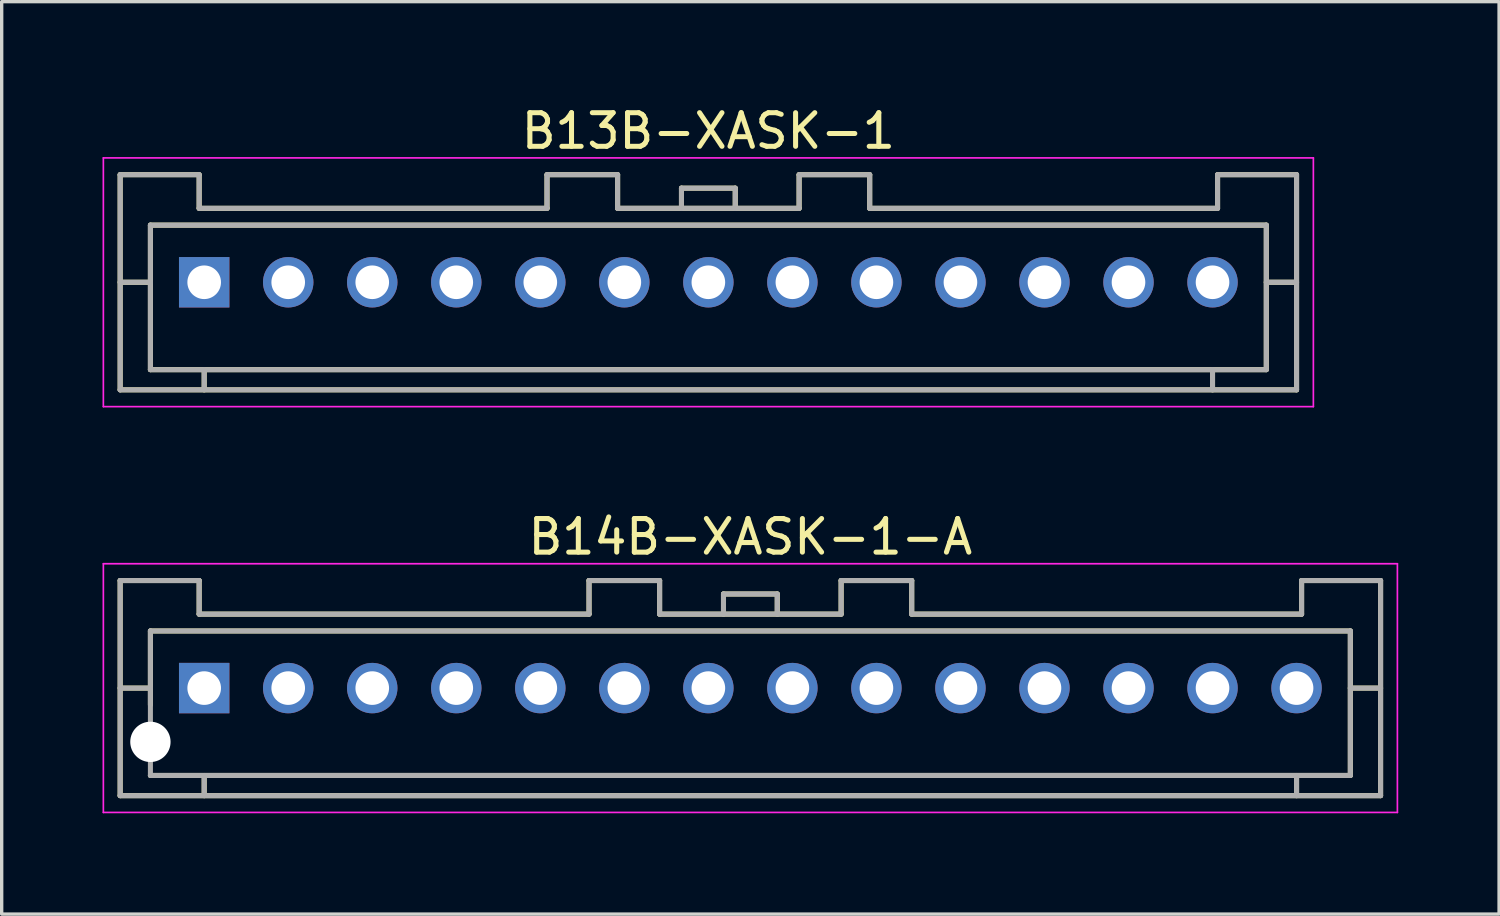
<source format=kicad_pcb>
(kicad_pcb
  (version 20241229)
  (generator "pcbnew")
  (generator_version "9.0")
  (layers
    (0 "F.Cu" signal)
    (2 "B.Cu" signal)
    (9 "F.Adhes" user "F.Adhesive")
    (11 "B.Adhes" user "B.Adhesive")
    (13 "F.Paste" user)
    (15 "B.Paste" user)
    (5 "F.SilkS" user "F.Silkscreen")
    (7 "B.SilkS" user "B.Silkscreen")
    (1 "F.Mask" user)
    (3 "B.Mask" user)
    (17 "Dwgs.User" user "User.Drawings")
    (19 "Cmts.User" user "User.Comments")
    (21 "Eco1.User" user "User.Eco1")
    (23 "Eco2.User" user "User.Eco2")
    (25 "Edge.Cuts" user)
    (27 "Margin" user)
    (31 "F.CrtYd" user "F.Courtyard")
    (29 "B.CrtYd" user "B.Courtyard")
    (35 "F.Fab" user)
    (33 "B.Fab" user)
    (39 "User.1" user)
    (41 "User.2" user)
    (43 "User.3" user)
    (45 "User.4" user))
  (footprint "B13B-XASK-1"
    (layer "F.Cu")
    (at 18.025 5.348)
    (property "Reference" "B13B-XASK-1" (at 0 -4.5 0) (layer "F.SilkS") (effects (font (size 1 1) (thickness 0.15))))
    (attr smd)
    (fp_line (start -17.5 -3.2) (end -17.5 3.2) (stroke (width 0.15) (type solid)) (layer "F.SilkS"))
    (fp_line (start -17.5 -3.2) (end -15.15 -3.2) (stroke (width 0.15) (type solid)) (layer "F.SilkS"))
    (fp_line (start -17.5 0) (end -16.6 0) (stroke (width 0.15) (type solid)) (layer "F.SilkS"))
    (fp_line (start -17.5 3.2) (end 17.5 3.2) (stroke (width 0.15) (type solid)) (layer "F.SilkS"))
    (fp_line (start -16.6 -1.7) (end -16.6 2.6) (stroke (width 0.15) (type solid)) (layer "F.SilkS"))
    (fp_line (start -16.6 -1.7) (end 16.6 -1.7) (stroke (width 0.15) (type solid)) (layer "F.SilkS"))
    (fp_line (start -16.6 2.6) (end 16.6 2.6) (stroke (width 0.15) (type solid)) (layer "F.SilkS"))
    (fp_line (start -15.15 -3.2) (end -15.15 -2.2) (stroke (width 0.15) (type solid)) (layer "F.SilkS"))
    (fp_line (start -15.15 -2.2) (end -4.8 -2.2) (stroke (width 0.15) (type solid)) (layer "F.SilkS"))
    (fp_line (start -15 2.6) (end -15 3.2) (stroke (width 0.15) (type solid)) (layer "F.SilkS"))
    (fp_line (start -4.8 -3.2) (end -4.8 -2.2) (stroke (width 0.15) (type solid)) (layer "F.SilkS"))
    (fp_line (start -4.8 -3.2) (end -2.7 -3.2) (stroke (width 0.15) (type solid)) (layer "F.SilkS"))
    (fp_line (start -2.7 -3.2) (end -2.7 -2.2) (stroke (width 0.15) (type solid)) (layer "F.SilkS"))
    (fp_line (start -2.7 -2.2) (end 2.7 -2.2) (stroke (width 0.15) (type solid)) (layer "F.SilkS"))
    (fp_line (start -0.8 -2.8) (end -0.8 -2.2) (stroke (width 0.15) (type solid)) (layer "F.SilkS"))
    (fp_line (start -0.8 -2.8) (end 0.8 -2.8) (stroke (width 0.15) (type solid)) (layer "F.SilkS"))
    (fp_line (start 0.8 -2.8) (end 0.8 -2.2) (stroke (width 0.15) (type solid)) (layer "F.SilkS"))
    (fp_line (start 2.7 -3.2) (end 2.7 -2.2) (stroke (width 0.15) (type solid)) (layer "F.SilkS"))
    (fp_line (start 2.7 -3.2) (end 4.8 -3.2) (stroke (width 0.15) (type solid)) (layer "F.SilkS"))
    (fp_line (start 4.8 -3.2) (end 4.8 -2.2) (stroke (width 0.15) (type solid)) (layer "F.SilkS"))
    (fp_line (start 4.8 -2.2) (end 15.15 -2.2) (stroke (width 0.15) (type solid)) (layer "F.SilkS"))
    (fp_line (start 15 2.6) (end 15 3.2) (stroke (width 0.15) (type solid)) (layer "F.SilkS"))
    (fp_line (start 15.15 -3.2) (end 15.15 -2.2) (stroke (width 0.15) (type solid)) (layer "F.SilkS"))
    (fp_line (start 15.15 -3.2) (end 17.5 -3.2) (stroke (width 0.15) (type solid)) (layer "F.SilkS"))
    (fp_line (start 16.6 -1.7) (end 16.6 2.6) (stroke (width 0.15) (type solid)) (layer "F.SilkS"))
    (fp_line (start 16.6 0) (end 17.5 0) (stroke (width 0.15) (type solid)) (layer "F.SilkS"))
    (fp_line (start 17.5 -3.2) (end 17.5 3.2) (stroke (width 0.15) (type solid)) (layer "F.SilkS"))
    (fp_line (start -18 -3.7) (end -18 3.7) (stroke (width 0.05) (type solid)) (layer "F.CrtYd"))
    (fp_line (start -18 -3.7) (end 18 -3.7) (stroke (width 0.05) (type solid)) (layer "F.CrtYd"))
    (fp_line (start -18 3.7) (end 18 3.7) (stroke (width 0.05) (type solid)) (layer "F.CrtYd"))
    (fp_line (start 18 -3.7) (end 18 3.7) (stroke (width 0.05) (type solid)) (layer "F.CrtYd"))
    (fp_line (start -17.5 -3.2) (end -17.5 3.2) (stroke (width 0.15) (type solid)) (layer "F.Fab"))
    (fp_line (start -17.5 -3.2) (end -15.15 -3.2) (stroke (width 0.15) (type solid)) (layer "F.Fab"))
    (fp_line (start -17.5 0) (end -16.6 0) (stroke (width 0.15) (type solid)) (layer "F.Fab"))
    (fp_line (start -17.5 3.2) (end 17.5 3.2) (stroke (width 0.15) (type solid)) (layer "F.Fab"))
    (fp_line (start -16.6 -1.7) (end -16.6 2.6) (stroke (width 0.15) (type solid)) (layer "F.Fab"))
    (fp_line (start -16.6 -1.7) (end 16.6 -1.7) (stroke (width 0.15) (type solid)) (layer "F.Fab"))
    (fp_line (start -16.6 2.6) (end 16.6 2.6) (stroke (width 0.15) (type solid)) (layer "F.Fab"))
    (fp_line (start -15.15 -3.2) (end -15.15 -2.2) (stroke (width 0.15) (type solid)) (layer "F.Fab"))
    (fp_line (start -15.15 -2.2) (end -4.8 -2.2) (stroke (width 0.15) (type solid)) (layer "F.Fab"))
    (fp_line (start -15 2.6) (end -15 3.2) (stroke (width 0.15) (type solid)) (layer "F.Fab"))
    (fp_line (start -4.8 -3.2) (end -4.8 -2.2) (stroke (width 0.15) (type solid)) (layer "F.Fab"))
    (fp_line (start -4.8 -3.2) (end -2.7 -3.2) (stroke (width 0.15) (type solid)) (layer "F.Fab"))
    (fp_line (start -2.7 -3.2) (end -2.7 -2.2) (stroke (width 0.15) (type solid)) (layer "F.Fab"))
    (fp_line (start -2.7 -2.2) (end 2.7 -2.2) (stroke (width 0.15) (type solid)) (layer "F.Fab"))
    (fp_line (start -0.8 -2.8) (end -0.8 -2.2) (stroke (width 0.15) (type solid)) (layer "F.Fab"))
    (fp_line (start -0.8 -2.8) (end 0.8 -2.8) (stroke (width 0.15) (type solid)) (layer "F.Fab"))
    (fp_line (start 0.8 -2.8) (end 0.8 -2.2) (stroke (width 0.15) (type solid)) (layer "F.Fab"))
    (fp_line (start 2.7 -3.2) (end 2.7 -2.2) (stroke (width 0.15) (type solid)) (layer "F.Fab"))
    (fp_line (start 2.7 -3.2) (end 4.8 -3.2) (stroke (width 0.15) (type solid)) (layer "F.Fab"))
    (fp_line (start 4.8 -3.2) (end 4.8 -2.2) (stroke (width 0.15) (type solid)) (layer "F.Fab"))
    (fp_line (start 4.8 -2.2) (end 15.15 -2.2) (stroke (width 0.15) (type solid)) (layer "F.Fab"))
    (fp_line (start 15 2.6) (end 15 3.2) (stroke (width 0.15) (type solid)) (layer "F.Fab"))
    (fp_line (start 15.15 -3.2) (end 15.15 -2.2) (stroke (width 0.15) (type solid)) (layer "F.Fab"))
    (fp_line (start 15.15 -3.2) (end 17.5 -3.2) (stroke (width 0.15) (type solid)) (layer "F.Fab"))
    (fp_line (start 16.6 -1.7) (end 16.6 2.6) (stroke (width 0.15) (type solid)) (layer "F.Fab"))
    (fp_line (start 16.6 0) (end 17.5 0) (stroke (width 0.15) (type solid)) (layer "F.Fab"))
    (fp_line (start 17.5 -3.2) (end 17.5 3.2) (stroke (width 0.15) (type solid)) (layer "F.Fab"))
    (pad "1" thru_hole rect (at -15 0) (size 1.5 1.5) (drill 1) (layers "*.Cu" "*.Mask"))
    (pad "2" thru_hole circle (at -12.5 0) (size 1.5 1.5) (drill 1) (layers "*.Cu" "*.Mask"))
    (pad "3" thru_hole circle (at -10 0) (size 1.5 1.5) (drill 1) (layers "*.Cu" "*.Mask"))
    (pad "4" thru_hole circle (at -7.5 0) (size 1.5 1.5) (drill 1) (layers "*.Cu" "*.Mask"))
    (pad "5" thru_hole circle (at -5 0) (size 1.5 1.5) (drill 1) (layers "*.Cu" "*.Mask"))
    (pad "6" thru_hole circle (at -2.5 0) (size 1.5 1.5) (drill 1) (layers "*.Cu" "*.Mask"))
    (pad "7" thru_hole circle (at 0 0) (size 1.5 1.5) (drill 1) (layers "*.Cu" "*.Mask"))
    (pad "8" thru_hole circle (at 2.5 0) (size 1.5 1.5) (drill 1) (layers "*.Cu" "*.Mask"))
    (pad "9" thru_hole circle (at 5 0) (size 1.5 1.5) (drill 1) (layers "*.Cu" "*.Mask"))
    (pad "10" thru_hole circle (at 7.5 0) (size 1.5 1.5) (drill 1) (layers "*.Cu" "*.Mask"))
    (pad "11" thru_hole circle (at 10 0) (size 1.5 1.5) (drill 1) (layers "*.Cu" "*.Mask"))
    (pad "12" thru_hole circle (at 12.5 0) (size 1.5 1.5) (drill 1) (layers "*.Cu" "*.Mask"))
    (pad "13" thru_hole circle (at 15 0) (size 1.5 1.5) (drill 1) (layers "*.Cu" "*.Mask")))
  (footprint "B14B-XASK-1-A"
    (layer "F.Cu")
    (at 19.275 17.422)
    (property "Reference" "B14B-XASK-1-A" (at 0 -4.5 0) (layer "F.SilkS") (effects (font (size 1 1) (thickness 0.15))))
    (attr smd)
    (fp_line (start -18.75 -3.2) (end -18.75 3.2) (stroke (width 0.15) (type solid)) (layer "F.SilkS"))
    (fp_line (start -18.75 -3.2) (end -16.4 -3.2) (stroke (width 0.15) (type solid)) (layer "F.SilkS"))
    (fp_line (start -18.75 0) (end -17.85 0) (stroke (width 0.15) (type solid)) (layer "F.SilkS"))
    (fp_line (start -18.75 3.2) (end 18.75 3.2) (stroke (width 0.15) (type solid)) (layer "F.SilkS"))
    (fp_line (start -17.85 -1.7) (end -17.85 0.5) (stroke (width 0.15) (type solid)) (layer "F.SilkS"))
    (fp_line (start -17.85 -1.7) (end 17.85 -1.7) (stroke (width 0.15) (type solid)) (layer "F.SilkS"))
    (fp_line (start -17.85 2.6) (end 17.85 2.6) (stroke (width 0.15) (type solid)) (layer "F.SilkS"))
    (fp_line (start -16.4 -3.2) (end -16.4 -2.2) (stroke (width 0.15) (type solid)) (layer "F.SilkS"))
    (fp_line (start -16.4 -2.2) (end -4.8 -2.2) (stroke (width 0.15) (type solid)) (layer "F.SilkS"))
    (fp_line (start -16.25 2.6) (end -16.25 3.2) (stroke (width 0.15) (type solid)) (layer "F.SilkS"))
    (fp_line (start -4.8 -3.2) (end -4.8 -2.2) (stroke (width 0.15) (type solid)) (layer "F.SilkS"))
    (fp_line (start -4.8 -3.2) (end -2.7 -3.2) (stroke (width 0.15) (type solid)) (layer "F.SilkS"))
    (fp_line (start -2.7 -3.2) (end -2.7 -2.2) (stroke (width 0.15) (type solid)) (layer "F.SilkS"))
    (fp_line (start -2.7 -2.2) (end 2.7 -2.2) (stroke (width 0.15) (type solid)) (layer "F.SilkS"))
    (fp_line (start -0.8 -2.8) (end -0.8 -2.2) (stroke (width 0.15) (type solid)) (layer "F.SilkS"))
    (fp_line (start -0.8 -2.8) (end 0.8 -2.8) (stroke (width 0.15) (type solid)) (layer "F.SilkS"))
    (fp_line (start 0.8 -2.8) (end 0.8 -2.2) (stroke (width 0.15) (type solid)) (layer "F.SilkS"))
    (fp_line (start 2.7 -3.2) (end 2.7 -2.2) (stroke (width 0.15) (type solid)) (layer "F.SilkS"))
    (fp_line (start 2.7 -3.2) (end 4.8 -3.2) (stroke (width 0.15) (type solid)) (layer "F.SilkS"))
    (fp_line (start 4.8 -3.2) (end 4.8 -2.2) (stroke (width 0.15) (type solid)) (layer "F.SilkS"))
    (fp_line (start 4.8 -2.2) (end 16.4 -2.2) (stroke (width 0.15) (type solid)) (layer "F.SilkS"))
    (fp_line (start 16.25 2.6) (end 16.25 3.2) (stroke (width 0.15) (type solid)) (layer "F.SilkS"))
    (fp_line (start 16.4 -3.2) (end 16.4 -2.2) (stroke (width 0.15) (type solid)) (layer "F.SilkS"))
    (fp_line (start 16.4 -3.2) (end 18.75 -3.2) (stroke (width 0.15) (type solid)) (layer "F.SilkS"))
    (fp_line (start 17.85 -1.7) (end 17.85 2.6) (stroke (width 0.15) (type solid)) (layer "F.SilkS"))
    (fp_line (start 17.85 0) (end 18.75 0) (stroke (width 0.15) (type solid)) (layer "F.SilkS"))
    (fp_line (start 18.75 -3.2) (end 18.75 3.2) (stroke (width 0.15) (type solid)) (layer "F.SilkS"))
    (fp_line (start -19.25 -3.7) (end -19.25 3.7) (stroke (width 0.05) (type solid)) (layer "F.CrtYd"))
    (fp_line (start -19.25 -3.7) (end 19.25 -3.7) (stroke (width 0.05) (type solid)) (layer "F.CrtYd"))
    (fp_line (start -19.25 3.7) (end 19.25 3.7) (stroke (width 0.05) (type solid)) (layer "F.CrtYd"))
    (fp_line (start 19.25 -3.7) (end 19.25 3.7) (stroke (width 0.05) (type solid)) (layer "F.CrtYd"))
    (fp_line (start -18.75 -3.2) (end -18.75 3.2) (stroke (width 0.15) (type solid)) (layer "F.Fab"))
    (fp_line (start -18.75 -3.2) (end -16.4 -3.2) (stroke (width 0.15) (type solid)) (layer "F.Fab"))
    (fp_line (start -18.75 0) (end -17.85 0) (stroke (width 0.15) (type solid)) (layer "F.Fab"))
    (fp_line (start -18.75 3.2) (end 18.75 3.2) (stroke (width 0.15) (type solid)) (layer "F.Fab"))
    (fp_line (start -17.85 -1.7) (end -17.85 2.6) (stroke (width 0.15) (type solid)) (layer "F.Fab"))
    (fp_line (start -17.85 -1.7) (end 17.85 -1.7) (stroke (width 0.15) (type solid)) (layer "F.Fab"))
    (fp_line (start -17.85 2.6) (end 17.85 2.6) (stroke (width 0.15) (type solid)) (layer "F.Fab"))
    (fp_line (start -16.4 -3.2) (end -16.4 -2.2) (stroke (width 0.15) (type solid)) (layer "F.Fab"))
    (fp_line (start -16.4 -2.2) (end -4.8 -2.2) (stroke (width 0.15) (type solid)) (layer "F.Fab"))
    (fp_line (start -16.25 2.6) (end -16.25 3.2) (stroke (width 0.15) (type solid)) (layer "F.Fab"))
    (fp_line (start -4.8 -3.2) (end -4.8 -2.2) (stroke (width 0.15) (type solid)) (layer "F.Fab"))
    (fp_line (start -4.8 -3.2) (end -2.7 -3.2) (stroke (width 0.15) (type solid)) (layer "F.Fab"))
    (fp_line (start -2.7 -3.2) (end -2.7 -2.2) (stroke (width 0.15) (type solid)) (layer "F.Fab"))
    (fp_line (start -2.7 -2.2) (end 2.7 -2.2) (stroke (width 0.15) (type solid)) (layer "F.Fab"))
    (fp_line (start -0.8 -2.8) (end -0.8 -2.2) (stroke (width 0.15) (type solid)) (layer "F.Fab"))
    (fp_line (start -0.8 -2.8) (end 0.8 -2.8) (stroke (width 0.15) (type solid)) (layer "F.Fab"))
    (fp_line (start 0.8 -2.8) (end 0.8 -2.2) (stroke (width 0.15) (type solid)) (layer "F.Fab"))
    (fp_line (start 2.7 -3.2) (end 2.7 -2.2) (stroke (width 0.15) (type solid)) (layer "F.Fab"))
    (fp_line (start 2.7 -3.2) (end 4.8 -3.2) (stroke (width 0.15) (type solid)) (layer "F.Fab"))
    (fp_line (start 4.8 -3.2) (end 4.8 -2.2) (stroke (width 0.15) (type solid)) (layer "F.Fab"))
    (fp_line (start 4.8 -2.2) (end 16.4 -2.2) (stroke (width 0.15) (type solid)) (layer "F.Fab"))
    (fp_line (start 16.25 2.6) (end 16.25 3.2) (stroke (width 0.15) (type solid)) (layer "F.Fab"))
    (fp_line (start 16.4 -3.2) (end 16.4 -2.2) (stroke (width 0.15) (type solid)) (layer "F.Fab"))
    (fp_line (start 16.4 -3.2) (end 18.75 -3.2) (stroke (width 0.15) (type solid)) (layer "F.Fab"))
    (fp_line (start 17.85 -1.7) (end 17.85 2.6) (stroke (width 0.15) (type solid)) (layer "F.Fab"))
    (fp_line (start 17.85 0) (end 18.75 0) (stroke (width 0.15) (type solid)) (layer "F.Fab"))
    (fp_line (start 18.75 -3.2) (end 18.75 3.2) (stroke (width 0.15) (type solid)) (layer "F.Fab"))
    (pad "" np_thru_hole circle (at -17.85 1.6) (size 1.2 1.2) (drill 1.2) (layers "*.Cu" "*.Mask"))
    (pad "1" thru_hole rect (at -16.25 0) (size 1.5 1.5) (drill 1) (layers "*.Cu" "*.Mask"))
    (pad "2" thru_hole circle (at -13.75 0) (size 1.5 1.5) (drill 1) (layers "*.Cu" "*.Mask"))
    (pad "3" thru_hole circle (at -11.25 0) (size 1.5 1.5) (drill 1) (layers "*.Cu" "*.Mask"))
    (pad "4" thru_hole circle (at -8.75 0) (size 1.5 1.5) (drill 1) (layers "*.Cu" "*.Mask"))
    (pad "5" thru_hole circle (at -6.25 0) (size 1.5 1.5) (drill 1) (layers "*.Cu" "*.Mask"))
    (pad "6" thru_hole circle (at -3.75 0) (size 1.5 1.5) (drill 1) (layers "*.Cu" "*.Mask"))
    (pad "7" thru_hole circle (at -1.25 0) (size 1.5 1.5) (drill 1) (layers "*.Cu" "*.Mask"))
    (pad "8" thru_hole circle (at 1.25 0) (size 1.5 1.5) (drill 1) (layers "*.Cu" "*.Mask"))
    (pad "9" thru_hole circle (at 3.75 0) (size 1.5 1.5) (drill 1) (layers "*.Cu" "*.Mask"))
    (pad "10" thru_hole circle (at 6.25 0) (size 1.5 1.5) (drill 1) (layers "*.Cu" "*.Mask"))
    (pad "11" thru_hole circle (at 8.75 0) (size 1.5 1.5) (drill 1) (layers "*.Cu" "*.Mask"))
    (pad "12" thru_hole circle (at 11.25 0) (size 1.5 1.5) (drill 1) (layers "*.Cu" "*.Mask"))
    (pad "13" thru_hole circle (at 13.75 0) (size 1.5 1.5) (drill 1) (layers "*.Cu" "*.Mask"))
    (pad "14" thru_hole circle (at 16.25 0) (size 1.5 1.5) (drill 1) (layers "*.Cu" "*.Mask")))
  (gr_rect
    (start -3 -3)
    (end 41.55 24.146)
    (stroke (width 0.1) (type default))
    (fill no)
    (layer "Edge.Cuts")))
</source>
